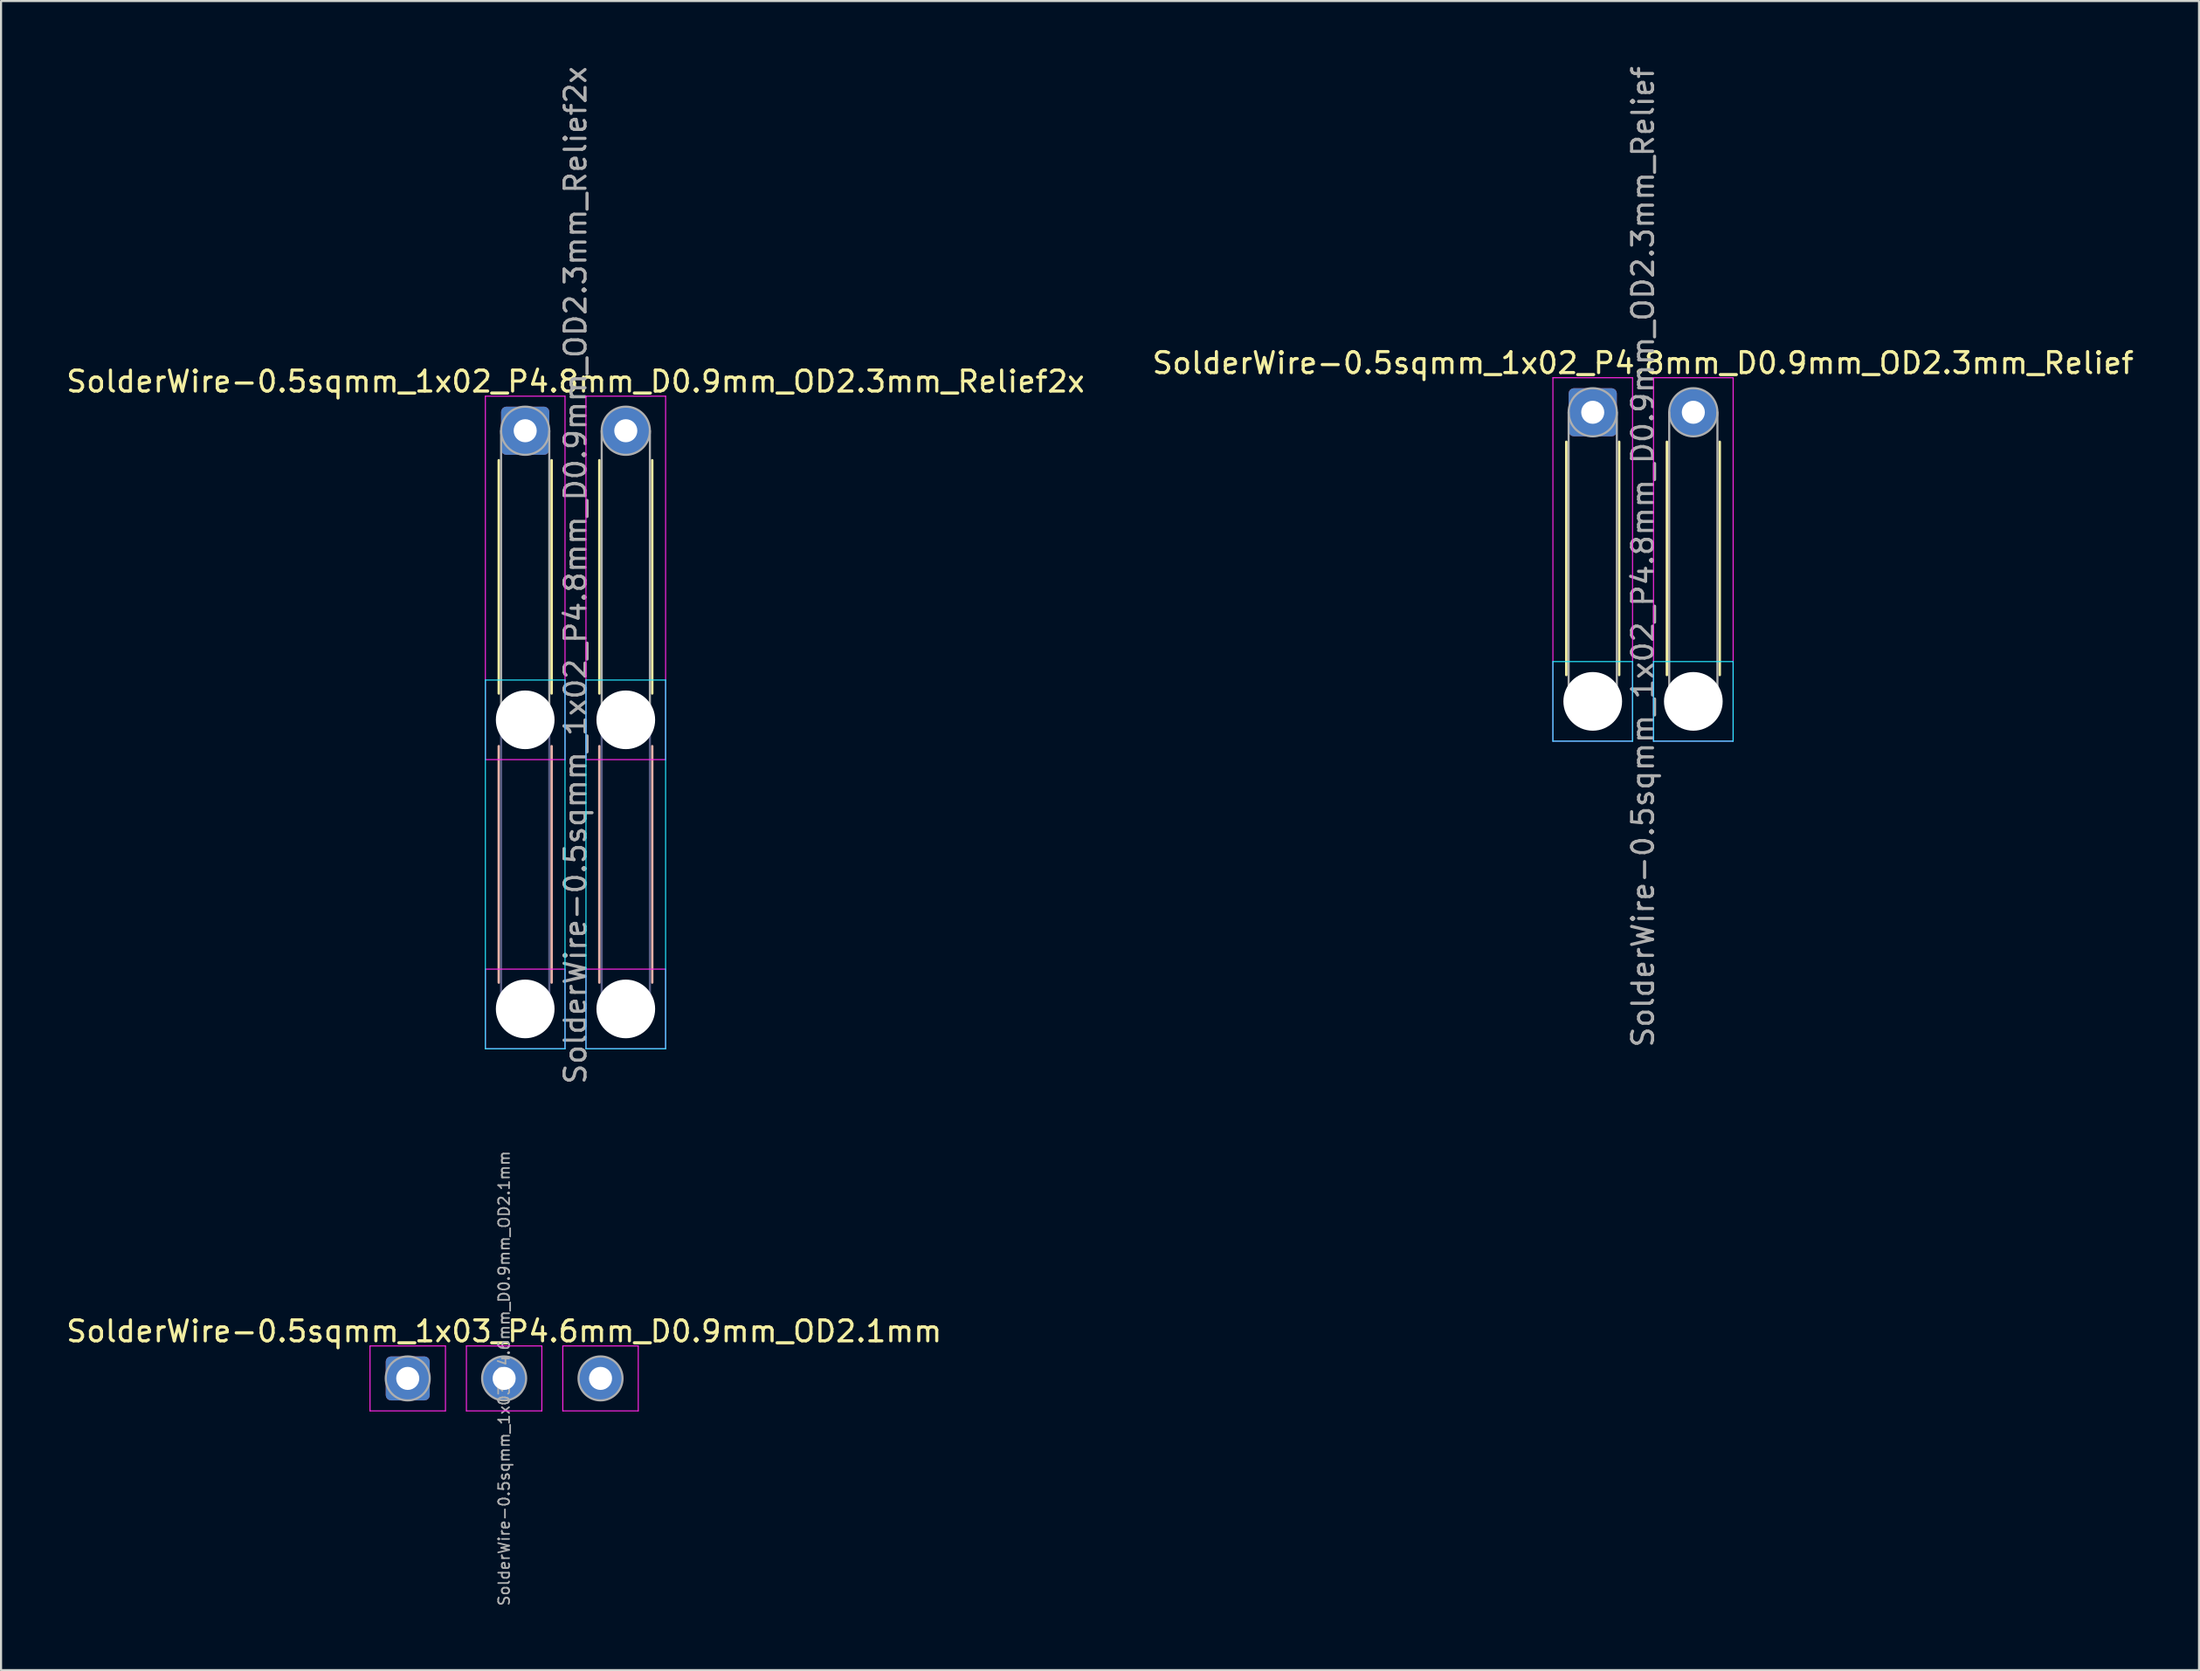
<source format=kicad_pcb>
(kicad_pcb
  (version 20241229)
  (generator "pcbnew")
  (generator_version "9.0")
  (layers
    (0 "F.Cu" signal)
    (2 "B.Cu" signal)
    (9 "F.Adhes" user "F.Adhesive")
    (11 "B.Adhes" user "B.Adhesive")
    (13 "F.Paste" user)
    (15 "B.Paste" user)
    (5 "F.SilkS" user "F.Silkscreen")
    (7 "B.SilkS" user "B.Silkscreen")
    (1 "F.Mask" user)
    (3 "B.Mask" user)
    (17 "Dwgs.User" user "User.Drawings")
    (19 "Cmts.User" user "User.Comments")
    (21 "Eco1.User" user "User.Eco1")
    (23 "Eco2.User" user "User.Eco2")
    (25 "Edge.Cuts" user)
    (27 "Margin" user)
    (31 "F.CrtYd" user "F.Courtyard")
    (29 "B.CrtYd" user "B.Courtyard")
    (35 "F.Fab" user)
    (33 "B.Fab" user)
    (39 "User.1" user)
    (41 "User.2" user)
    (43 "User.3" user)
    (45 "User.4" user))
  (footprint "SolderWire-0.5sqmm_1x02_P4.8mm_D0.9mm_OD2.3mm_Relief"
    (layer "F.Cu")
    (at 72.951 16.63)
    (property "Reference" "SolderWire-0.5sqmm_1x02_P4.8mm_D0.9mm_OD2.3mm_Relief" (at 2.4 -2.35 0) (layer "F.SilkS") (effects (font (size 1 1) (thickness 0.15))))
    (attr exclude_from_pos_files exclude_from_bom)
    (fp_line (start -1.26 1.41) (end -1.26 12.54) (stroke (width 0.12) (type solid)) (layer "F.SilkS"))
    (fp_line (start 1.26 1.41) (end 1.26 12.54) (stroke (width 0.12) (type solid)) (layer "F.SilkS"))
    (fp_line (start 3.54 1.41) (end 3.54 12.54) (stroke (width 0.12) (type solid)) (layer "F.SilkS"))
    (fp_line (start 6.06 1.41) (end 6.06 12.54) (stroke (width 0.12) (type solid)) (layer "F.SilkS"))
    (fp_line (start -1.9 11.9) (end -1.9 15.7) (stroke (width 0.05) (type solid)) (layer "B.CrtYd"))
    (fp_line (start -1.9 15.7) (end 1.9 15.7) (stroke (width 0.05) (type solid)) (layer "B.CrtYd"))
    (fp_line (start 1.9 11.9) (end -1.9 11.9) (stroke (width 0.05) (type solid)) (layer "B.CrtYd"))
    (fp_line (start 1.9 15.7) (end 1.9 11.9) (stroke (width 0.05) (type solid)) (layer "B.CrtYd"))
    (fp_line (start 2.9 11.9) (end 2.9 15.7) (stroke (width 0.05) (type solid)) (layer "B.CrtYd"))
    (fp_line (start 2.9 15.7) (end 6.7 15.7) (stroke (width 0.05) (type solid)) (layer "B.CrtYd"))
    (fp_line (start 6.7 11.9) (end 2.9 11.9) (stroke (width 0.05) (type solid)) (layer "B.CrtYd"))
    (fp_line (start 6.7 15.7) (end 6.7 11.9) (stroke (width 0.05) (type solid)) (layer "B.CrtYd"))
    (fp_line (start -1.9 -1.65) (end -1.9 15.7) (stroke (width 0.05) (type solid)) (layer "F.CrtYd"))
    (fp_line (start -1.9 15.7) (end 1.9 15.7) (stroke (width 0.05) (type solid)) (layer "F.CrtYd"))
    (fp_line (start 1.9 -1.65) (end -1.9 -1.65) (stroke (width 0.05) (type solid)) (layer "F.CrtYd"))
    (fp_line (start 1.9 15.7) (end 1.9 -1.65) (stroke (width 0.05) (type solid)) (layer "F.CrtYd"))
    (fp_line (start 2.9 -1.65) (end 2.9 15.7) (stroke (width 0.05) (type solid)) (layer "F.CrtYd"))
    (fp_line (start 2.9 15.7) (end 6.7 15.7) (stroke (width 0.05) (type solid)) (layer "F.CrtYd"))
    (fp_line (start 6.7 -1.65) (end 2.9 -1.65) (stroke (width 0.05) (type solid)) (layer "F.CrtYd"))
    (fp_line (start 6.7 15.7) (end 6.7 -1.65) (stroke (width 0.05) (type solid)) (layer "F.CrtYd"))
    (fp_line (start -1.15 0) (end -1.15 13.8) (stroke (width 0.1) (type solid)) (layer "F.Fab"))
    (fp_line (start 1.15 0) (end 1.15 13.8) (stroke (width 0.1) (type solid)) (layer "F.Fab"))
    (fp_line (start 3.65 0) (end 3.65 13.8) (stroke (width 0.1) (type solid)) (layer "F.Fab"))
    (fp_line (start 5.95 0) (end 5.95 13.8) (stroke (width 0.1) (type solid)) (layer "F.Fab"))
    (fp_circle (center 0 0) (end 1.15 0) (stroke (width 0.1) (type solid)) (fill no) (layer "F.Fab"))
    (fp_circle (center 0 13.8) (end 1.15 13.8) (stroke (width 0.1) (type solid)) (fill no) (layer "F.Fab"))
    (fp_circle (center 4.8 0) (end 5.95 0) (stroke (width 0.1) (type solid)) (fill no) (layer "F.Fab"))
    (fp_circle (center 4.8 13.8) (end 5.95 13.8) (stroke (width 0.1) (type solid)) (fill no) (layer "F.Fab"))
    (fp_text user "${REFERENCE}" (at 2.4 6.9 90) (layer "F.Fab") (effects (font (size 1 1) (thickness 0.15))))
    (pad "" np_thru_hole circle (at 0 13.8) (size 2.8 2.8) (drill 2.8) (layers "*.Cu" "*.Mask"))
    (pad "" np_thru_hole circle (at 4.8 13.8) (size 2.8 2.8) (drill 2.8) (layers "*.Cu" "*.Mask"))
    (pad "1" thru_hole roundrect (at 0 0) (size 2.3 2.3) (drill 1.1) (layers "*.Cu" "*.Mask") (roundrect_rratio 0.109))
    (pad "2" thru_hole circle (at 4.8 0) (size 2.3 2.3) (drill 1.1) (layers "*.Cu" "*.Mask")))
  (footprint "SolderWire-0.5sqmm_1x03_P4.6mm_D0.9mm_OD2.1mm"
    (layer "F.Cu")
    (at 16.406 62.748)
    (property "Reference" "SolderWire-0.5sqmm_1x03_P4.6mm_D0.9mm_OD2.1mm" (at 4.6 -2.25 0) (layer "F.SilkS") (effects (font (size 1 1) (thickness 0.15))))
    (attr exclude_from_pos_files exclude_from_bom)
    (fp_line (start -1.8 -1.55) (end -1.8 1.55) (stroke (width 0.05) (type solid)) (layer "F.CrtYd"))
    (fp_line (start -1.8 1.55) (end 1.8 1.55) (stroke (width 0.05) (type solid)) (layer "F.CrtYd"))
    (fp_line (start 1.8 -1.55) (end -1.8 -1.55) (stroke (width 0.05) (type solid)) (layer "F.CrtYd"))
    (fp_line (start 1.8 1.55) (end 1.8 -1.55) (stroke (width 0.05) (type solid)) (layer "F.CrtYd"))
    (fp_line (start 2.8 -1.55) (end 2.8 1.55) (stroke (width 0.05) (type solid)) (layer "F.CrtYd"))
    (fp_line (start 2.8 1.55) (end 6.4 1.55) (stroke (width 0.05) (type solid)) (layer "F.CrtYd"))
    (fp_line (start 6.4 -1.55) (end 2.8 -1.55) (stroke (width 0.05) (type solid)) (layer "F.CrtYd"))
    (fp_line (start 6.4 1.55) (end 6.4 -1.55) (stroke (width 0.05) (type solid)) (layer "F.CrtYd"))
    (fp_line (start 7.4 -1.55) (end 7.4 1.55) (stroke (width 0.05) (type solid)) (layer "F.CrtYd"))
    (fp_line (start 7.4 1.55) (end 11 1.55) (stroke (width 0.05) (type solid)) (layer "F.CrtYd"))
    (fp_line (start 11 -1.55) (end 7.4 -1.55) (stroke (width 0.05) (type solid)) (layer "F.CrtYd"))
    (fp_line (start 11 1.55) (end 11 -1.55) (stroke (width 0.05) (type solid)) (layer "F.CrtYd"))
    (fp_circle (center 0 0) (end 1.05 0) (stroke (width 0.1) (type solid)) (fill no) (layer "F.Fab"))
    (fp_circle (center 4.6 0) (end 5.65 0) (stroke (width 0.1) (type solid)) (fill no) (layer "F.Fab"))
    (fp_circle (center 9.2 0) (end 10.25 0) (stroke (width 0.1) (type solid)) (fill no) (layer "F.Fab"))
    (fp_text user "${REFERENCE}" (at 4.6 0 90) (layer "F.Fab") (effects (font (size 0.52 0.52) (thickness 0.08))))
    (pad "1" thru_hole roundrect (at 0 0) (size 2.1 2.1) (drill 1.1) (layers "*.Cu" "*.Mask") (roundrect_rratio 0.119))
    (pad "2" thru_hole circle (at 4.6 0) (size 2.1 2.1) (drill 1.1) (layers "*.Cu" "*.Mask"))
    (pad "3" thru_hole circle (at 9.2 0) (size 2.1 2.1) (drill 1.1) (layers "*.Cu" "*.Mask")))
  (footprint "SolderWire-0.5sqmm_1x02_P4.8mm_D0.9mm_OD2.3mm_Relief2x"
    (layer "F.Cu")
    (at 22.011 17.511)
    (property "Reference" "SolderWire-0.5sqmm_1x02_P4.8mm_D0.9mm_OD2.3mm_Relief2x" (at 2.4 -2.35 0) (layer "F.SilkS") (effects (font (size 1 1) (thickness 0.15))))
    (attr exclude_from_pos_files exclude_from_bom)
    (fp_line (start -1.26 1.41) (end -1.26 12.54) (stroke (width 0.12) (type solid)) (layer "F.SilkS"))
    (fp_line (start 1.26 1.41) (end 1.26 12.54) (stroke (width 0.12) (type solid)) (layer "F.SilkS"))
    (fp_line (start 3.54 1.41) (end 3.54 12.54) (stroke (width 0.12) (type solid)) (layer "F.SilkS"))
    (fp_line (start 6.06 1.41) (end 6.06 12.54) (stroke (width 0.12) (type solid)) (layer "F.SilkS"))
    (fp_line (start -1.26 15.06) (end -1.26 26.34) (stroke (width 0.12) (type solid)) (layer "B.SilkS"))
    (fp_line (start 1.26 15.06) (end 1.26 26.34) (stroke (width 0.12) (type solid)) (layer "B.SilkS"))
    (fp_line (start 3.54 15.06) (end 3.54 26.34) (stroke (width 0.12) (type solid)) (layer "B.SilkS"))
    (fp_line (start 6.06 15.06) (end 6.06 26.34) (stroke (width 0.12) (type solid)) (layer "B.SilkS"))
    (fp_line (start -1.9 11.9) (end -1.9 29.5) (stroke (width 0.05) (type solid)) (layer "B.CrtYd"))
    (fp_line (start -1.9 29.5) (end 1.9 29.5) (stroke (width 0.05) (type solid)) (layer "B.CrtYd"))
    (fp_line (start 1.9 11.9) (end -1.9 11.9) (stroke (width 0.05) (type solid)) (layer "B.CrtYd"))
    (fp_line (start 1.9 29.5) (end 1.9 11.9) (stroke (width 0.05) (type solid)) (layer "B.CrtYd"))
    (fp_line (start 2.9 11.9) (end 2.9 29.5) (stroke (width 0.05) (type solid)) (layer "B.CrtYd"))
    (fp_line (start 2.9 29.5) (end 6.7 29.5) (stroke (width 0.05) (type solid)) (layer "B.CrtYd"))
    (fp_line (start 6.7 11.9) (end 2.9 11.9) (stroke (width 0.05) (type solid)) (layer "B.CrtYd"))
    (fp_line (start 6.7 29.5) (end 6.7 11.9) (stroke (width 0.05) (type solid)) (layer "B.CrtYd"))
    (fp_line (start -1.9 -1.65) (end -1.9 15.7) (stroke (width 0.05) (type solid)) (layer "F.CrtYd"))
    (fp_line (start -1.9 15.7) (end 1.9 15.7) (stroke (width 0.05) (type solid)) (layer "F.CrtYd"))
    (fp_line (start -1.9 25.7) (end -1.9 29.5) (stroke (width 0.05) (type solid)) (layer "F.CrtYd"))
    (fp_line (start -1.9 29.5) (end 1.9 29.5) (stroke (width 0.05) (type solid)) (layer "F.CrtYd"))
    (fp_line (start 1.9 -1.65) (end -1.9 -1.65) (stroke (width 0.05) (type solid)) (layer "F.CrtYd"))
    (fp_line (start 1.9 15.7) (end 1.9 -1.65) (stroke (width 0.05) (type solid)) (layer "F.CrtYd"))
    (fp_line (start 1.9 25.7) (end -1.9 25.7) (stroke (width 0.05) (type solid)) (layer "F.CrtYd"))
    (fp_line (start 1.9 29.5) (end 1.9 25.7) (stroke (width 0.05) (type solid)) (layer "F.CrtYd"))
    (fp_line (start 2.9 -1.65) (end 2.9 15.7) (stroke (width 0.05) (type solid)) (layer "F.CrtYd"))
    (fp_line (start 2.9 15.7) (end 6.7 15.7) (stroke (width 0.05) (type solid)) (layer "F.CrtYd"))
    (fp_line (start 2.9 25.7) (end 2.9 29.5) (stroke (width 0.05) (type solid)) (layer "F.CrtYd"))
    (fp_line (start 2.9 29.5) (end 6.7 29.5) (stroke (width 0.05) (type solid)) (layer "F.CrtYd"))
    (fp_line (start 6.7 -1.65) (end 2.9 -1.65) (stroke (width 0.05) (type solid)) (layer "F.CrtYd"))
    (fp_line (start 6.7 15.7) (end 6.7 -1.65) (stroke (width 0.05) (type solid)) (layer "F.CrtYd"))
    (fp_line (start 6.7 25.7) (end 2.9 25.7) (stroke (width 0.05) (type solid)) (layer "F.CrtYd"))
    (fp_line (start 6.7 29.5) (end 6.7 25.7) (stroke (width 0.05) (type solid)) (layer "F.CrtYd"))
    (fp_line (start -1.15 13.8) (end -1.15 27.6) (stroke (width 0.1) (type solid)) (layer "B.Fab"))
    (fp_line (start 1.15 13.8) (end 1.15 27.6) (stroke (width 0.1) (type solid)) (layer "B.Fab"))
    (fp_line (start 3.65 13.8) (end 3.65 27.6) (stroke (width 0.1) (type solid)) (layer "B.Fab"))
    (fp_line (start 5.95 13.8) (end 5.95 27.6) (stroke (width 0.1) (type solid)) (layer "B.Fab"))
    (fp_circle (center 0 13.8) (end 1.15 13.8) (stroke (width 0.1) (type solid)) (fill no) (layer "B.Fab"))
    (fp_circle (center 0 27.6) (end 1.15 27.6) (stroke (width 0.1) (type solid)) (fill no) (layer "B.Fab"))
    (fp_circle (center 4.8 13.8) (end 5.95 13.8) (stroke (width 0.1) (type solid)) (fill no) (layer "B.Fab"))
    (fp_circle (center 4.8 27.6) (end 5.95 27.6) (stroke (width 0.1) (type solid)) (fill no) (layer "B.Fab"))
    (fp_line (start -1.15 0) (end -1.15 13.8) (stroke (width 0.1) (type solid)) (layer "F.Fab"))
    (fp_line (start 1.15 0) (end 1.15 13.8) (stroke (width 0.1) (type solid)) (layer "F.Fab"))
    (fp_line (start 3.65 0) (end 3.65 13.8) (stroke (width 0.1) (type solid)) (layer "F.Fab"))
    (fp_line (start 5.95 0) (end 5.95 13.8) (stroke (width 0.1) (type solid)) (layer "F.Fab"))
    (fp_circle (center 0 0) (end 1.15 0) (stroke (width 0.1) (type solid)) (fill no) (layer "F.Fab"))
    (fp_circle (center 0 13.8) (end 1.15 13.8) (stroke (width 0.1) (type solid)) (fill no) (layer "F.Fab"))
    (fp_circle (center 0 27.6) (end 1.15 27.6) (stroke (width 0.1) (type solid)) (fill no) (layer "F.Fab"))
    (fp_circle (center 4.8 0) (end 5.95 0) (stroke (width 0.1) (type solid)) (fill no) (layer "F.Fab"))
    (fp_circle (center 4.8 13.8) (end 5.95 13.8) (stroke (width 0.1) (type solid)) (fill no) (layer "F.Fab"))
    (fp_circle (center 4.8 27.6) (end 5.95 27.6) (stroke (width 0.1) (type solid)) (fill no) (layer "F.Fab"))
    (fp_text user "${REFERENCE}" (at 2.4 6.9 90) (layer "F.Fab") (effects (font (size 1 1) (thickness 0.15))))
    (pad "" np_thru_hole circle (at 0 13.8) (size 2.8 2.8) (drill 2.8) (layers "*.Cu" "*.Mask"))
    (pad "" np_thru_hole circle (at 0 27.6) (size 2.8 2.8) (drill 2.8) (layers "*.Cu" "*.Mask"))
    (pad "" np_thru_hole circle (at 4.8 13.8) (size 2.8 2.8) (drill 2.8) (layers "*.Cu" "*.Mask"))
    (pad "" np_thru_hole circle (at 4.8 27.6) (size 2.8 2.8) (drill 2.8) (layers "*.Cu" "*.Mask"))
    (pad "1" thru_hole roundrect (at 0 0) (size 2.3 2.3) (drill 1.1) (layers "*.Cu" "*.Mask") (roundrect_rratio 0.109))
    (pad "2" thru_hole circle (at 4.8 0) (size 2.3 2.3) (drill 1.1) (layers "*.Cu" "*.Mask")))
  (gr_rect
    (start -3 -3)
    (end 101.881 76.674)
    (stroke (width 0.1) (type default))
    (fill no)
    (layer "Edge.Cuts")))
</source>
